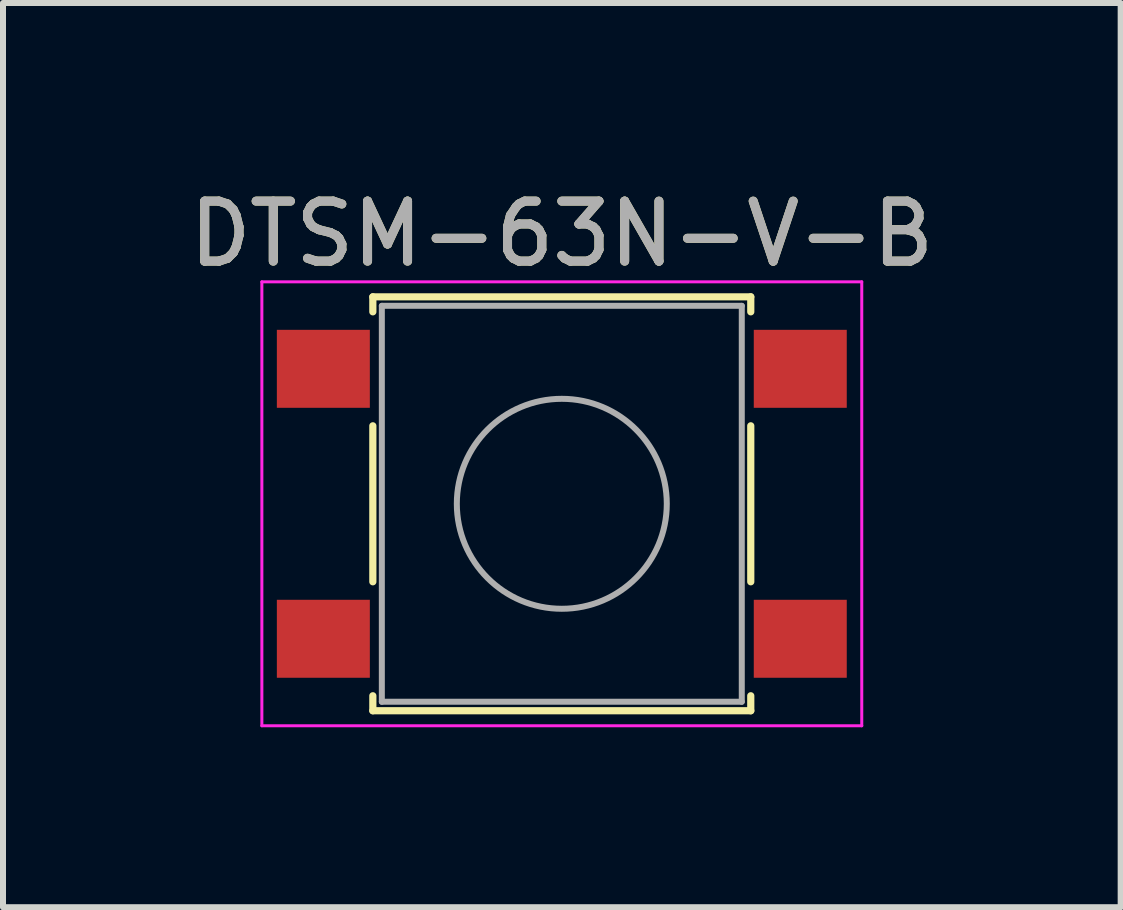
<source format=kicad_pcb>
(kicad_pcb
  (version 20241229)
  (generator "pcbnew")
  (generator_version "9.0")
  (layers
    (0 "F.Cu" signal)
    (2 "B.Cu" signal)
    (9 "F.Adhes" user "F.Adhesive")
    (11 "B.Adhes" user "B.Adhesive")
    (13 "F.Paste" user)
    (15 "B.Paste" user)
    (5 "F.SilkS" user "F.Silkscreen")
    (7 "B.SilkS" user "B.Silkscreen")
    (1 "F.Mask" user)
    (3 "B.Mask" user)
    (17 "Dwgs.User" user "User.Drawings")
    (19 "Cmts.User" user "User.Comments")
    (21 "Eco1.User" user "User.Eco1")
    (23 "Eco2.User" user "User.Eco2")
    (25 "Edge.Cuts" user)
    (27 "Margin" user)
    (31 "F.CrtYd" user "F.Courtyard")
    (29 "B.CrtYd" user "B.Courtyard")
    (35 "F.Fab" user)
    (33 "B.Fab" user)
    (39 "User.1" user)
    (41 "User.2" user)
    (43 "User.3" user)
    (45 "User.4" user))
  (footprint "DTSM-63N-V-B"
    (layer "F.Cu")
    (at 6.315 5.348)
    (property "Reference" "DTSM-63N-V-B" (at 0 -4.5 0) (layer "F.SilkS") (effects (font (size 1 1) (thickness 0.15))))
    (attr smd)
    (fp_line (start -3.15 -3.45) (end 3.15 -3.45) (stroke (width 0.12) (type solid)) (layer "F.SilkS"))
    (fp_line (start -3.15 -3.2) (end -3.15 -3.45) (stroke (width 0.12) (type solid)) (layer "F.SilkS"))
    (fp_line (start -3.15 1.3) (end -3.15 -1.3) (stroke (width 0.12) (type solid)) (layer "F.SilkS"))
    (fp_line (start -3.15 3.45) (end -3.15 3.2) (stroke (width 0.12) (type solid)) (layer "F.SilkS"))
    (fp_line (start 3.15 -3.45) (end 3.15 -3.2) (stroke (width 0.12) (type solid)) (layer "F.SilkS"))
    (fp_line (start 3.15 -1.3) (end 3.15 1.3) (stroke (width 0.12) (type solid)) (layer "F.SilkS"))
    (fp_line (start 3.15 3.2) (end 3.15 3.45) (stroke (width 0.12) (type solid)) (layer "F.SilkS"))
    (fp_line (start 3.15 3.45) (end -3.15 3.45) (stroke (width 0.12) (type solid)) (layer "F.SilkS"))
    (fp_line (start -5 -3.7) (end -5 3.7) (stroke (width 0.05) (type solid)) (layer "F.CrtYd"))
    (fp_line (start -5 3.7) (end 5 3.7) (stroke (width 0.05) (type solid)) (layer "F.CrtYd"))
    (fp_line (start 5 -3.7) (end -5 -3.7) (stroke (width 0.05) (type solid)) (layer "F.CrtYd"))
    (fp_line (start 5 3.7) (end 5 -3.7) (stroke (width 0.05) (type solid)) (layer "F.CrtYd"))
    (fp_line (start -3 -3.3) (end 3 -3.3) (stroke (width 0.1) (type solid)) (layer "F.Fab"))
    (fp_line (start -3 3.3) (end -3 -3.3) (stroke (width 0.1) (type solid)) (layer "F.Fab"))
    (fp_line (start 3 -3.3) (end 3 3.3) (stroke (width 0.1) (type solid)) (layer "F.Fab"))
    (fp_line (start 3 3.3) (end -3 3.3) (stroke (width 0.1) (type solid)) (layer "F.Fab"))
    (fp_circle (center 0 0) (end 1.75 0) (stroke (width 0.1) (type solid)) (fill no) (layer "F.Fab"))
    (fp_text user "${REFERENCE}" (at 0 -4.5 0) (layer "F.Fab") (effects (font (size 1 1) (thickness 0.15))))
    (pad "1" smd rect (at -3.975 -2.25) (size 1.55 1.3) (layers "F.Cu" "F.Mask" "F.Paste"))
    (pad "1" smd rect (at 3.975 -2.25) (size 1.55 1.3) (layers "F.Cu" "F.Mask" "F.Paste"))
    (pad "2" smd rect (at -3.975 2.25) (size 1.55 1.3) (layers "F.Cu" "F.Mask" "F.Paste"))
    (pad "2" smd rect (at 3.975 2.25) (size 1.55 1.3) (layers "F.Cu" "F.Mask" "F.Paste")))
  (gr_rect
    (start -3 -3)
    (end 15.631 12.073)
    (stroke (width 0.1) (type default))
    (fill no)
    (layer "Edge.Cuts")))
</source>
